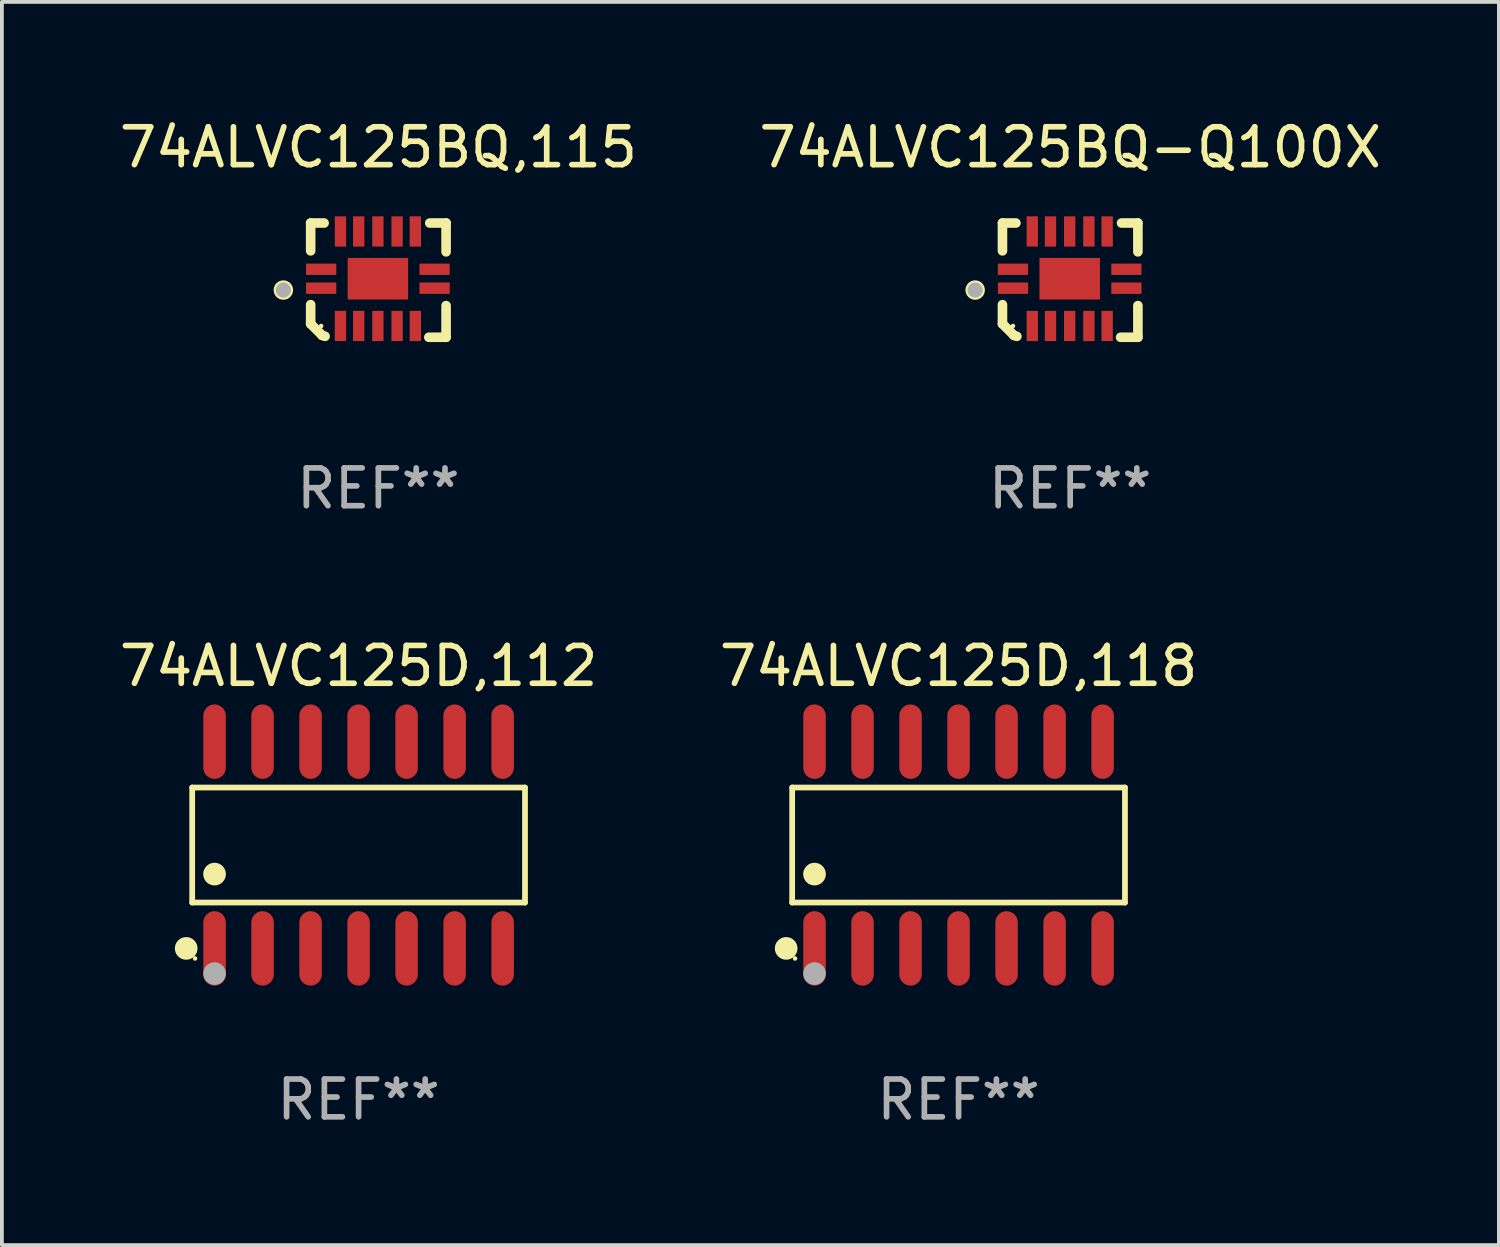
<source format=kicad_pcb>
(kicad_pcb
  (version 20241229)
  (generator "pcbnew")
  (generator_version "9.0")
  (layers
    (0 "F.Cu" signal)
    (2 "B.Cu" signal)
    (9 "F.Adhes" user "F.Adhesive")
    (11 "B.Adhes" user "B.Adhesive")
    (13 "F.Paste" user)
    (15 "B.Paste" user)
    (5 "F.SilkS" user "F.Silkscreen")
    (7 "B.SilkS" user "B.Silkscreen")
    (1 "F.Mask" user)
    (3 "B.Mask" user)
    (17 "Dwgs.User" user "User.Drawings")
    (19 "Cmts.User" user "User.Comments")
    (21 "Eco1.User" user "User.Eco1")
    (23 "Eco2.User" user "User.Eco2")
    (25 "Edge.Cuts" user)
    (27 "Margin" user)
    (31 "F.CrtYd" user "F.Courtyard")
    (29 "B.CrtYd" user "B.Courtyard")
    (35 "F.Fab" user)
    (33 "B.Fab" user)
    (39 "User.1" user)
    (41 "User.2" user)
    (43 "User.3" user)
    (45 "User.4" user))
  (footprint "74ALVC125BQ-Q100X"
    (layer "F.Cu")
    (at 25.256 4.36)
    (property "Reference" "74ALVC125BQ-Q100X" (at 0 -3.511 0) (layer "F.SilkS") (effects (font (size 1 1) (thickness 0.15))))
    (attr through_hole)
    (fp_line (start -1.791 -1.511) (end -1.435 -1.511) (stroke (width 0.254) (type solid)) (layer "F.SilkS"))
    (fp_line (start -1.791 -0.775) (end -1.791 -1.511) (stroke (width 0.254) (type solid)) (layer "F.SilkS"))
    (fp_line (start -1.791 1.156) (end -1.791 0.648) (stroke (width 0.254) (type solid)) (layer "F.SilkS"))
    (fp_line (start -1.486 1.461) (end -1.791 1.156) (stroke (width 0.254) (type solid)) (layer "F.SilkS"))
    (fp_line (start -1.41 1.486) (end -1.486 1.461) (stroke (width 0.254) (type solid)) (layer "F.SilkS"))
    (fp_line (start 1.334 1.511) (end 1.791 1.511) (stroke (width 0.254) (type solid)) (layer "F.SilkS"))
    (fp_line (start 1.791 -1.511) (end 1.359 -1.511) (stroke (width 0.254) (type solid)) (layer "F.SilkS"))
    (fp_line (start 1.791 -0.749) (end 1.791 -1.511) (stroke (width 0.254) (type solid)) (layer "F.SilkS"))
    (fp_line (start 1.791 1.511) (end 1.791 0.673) (stroke (width 0.254) (type solid)) (layer "F.SilkS"))
    (fp_circle (center -2.513 0.262) (end -2.383 0.262) (stroke (width 0.254) (type solid)) (fill no) (layer "F.SilkS"))
    (fp_circle (center -1.513 1.212) (end -1.483 1.212) (stroke (width 0.06) (type solid)) (fill no) (layer "F.SilkS"))
    (fp_circle (center -2.513 0.262) (end -2.413 0.262) (stroke (width 0.2) (type solid)) (fill no) (layer "F.Fab"))
    (fp_text user "REF**" (at 0 5.511 0) (layer "F.Fab") (effects (font (size 1 1) (thickness 0.15))))
    (pad "1" smd rect (at -1.513 0.212) (size 0.8 0.3) (layers "F.Cu" "F.Mask" "F.Paste"))
    (pad "2" smd rect (at -1.003 1.212) (size 0.3 0.8) (layers "F.Cu" "F.Mask" "F.Paste"))
    (pad "3" smd rect (at -0.521 1.212) (size 0.3 0.8) (layers "F.Cu" "F.Mask" "F.Paste"))
    (pad "4" smd rect (at -0.013 1.212) (size 0.3 0.8) (layers "F.Cu" "F.Mask" "F.Paste"))
    (pad "5" smd rect (at 0.495 1.212) (size 0.3 0.8) (layers "F.Cu" "F.Mask" "F.Paste"))
    (pad "6" smd rect (at 0.978 1.212) (size 0.3 0.8) (layers "F.Cu" "F.Mask" "F.Paste"))
    (pad "7" smd rect (at 1.487 0.212) (size 0.8 0.3) (layers "F.Cu" "F.Mask" "F.Paste"))
    (pad "8" smd rect (at 1.487 -0.288) (size 0.8 0.3) (layers "F.Cu" "F.Mask" "F.Paste"))
    (pad "9" smd rect (at 0.978 -1.288) (size 0.3 0.8) (layers "F.Cu" "F.Mask" "F.Paste"))
    (pad "10" smd rect (at 0.495 -1.288) (size 0.3 0.8) (layers "F.Cu" "F.Mask" "F.Paste"))
    (pad "11" smd rect (at -0.013 -1.288) (size 0.3 0.8) (layers "F.Cu" "F.Mask" "F.Paste"))
    (pad "12" smd rect (at -0.521 -1.288) (size 0.3 0.8) (layers "F.Cu" "F.Mask" "F.Paste"))
    (pad "13" smd rect (at -1.003 -1.288) (size 0.3 0.8) (layers "F.Cu" "F.Mask" "F.Paste"))
    (pad "14" smd rect (at -1.513 -0.288) (size 0.8 0.3) (layers "F.Cu" "F.Mask" "F.Paste"))
    (pad "15" smd rect (at -0.013 -0.038 90) (size 1.1 1.6) (layers "F.Cu" "F.Mask" "F.Paste")))
  (footprint "74ALVC125BQ,115"
    (layer "F.Cu")
    (at 6.958 4.36)
    (property "Reference" "74ALVC125BQ,115" (at 0 -3.511 0) (layer "F.SilkS") (effects (font (size 1 1) (thickness 0.15))))
    (attr through_hole)
    (fp_line (start -1.791 -1.511) (end -1.435 -1.511) (stroke (width 0.254) (type solid)) (layer "F.SilkS"))
    (fp_line (start -1.791 -0.775) (end -1.791 -1.511) (stroke (width 0.254) (type solid)) (layer "F.SilkS"))
    (fp_line (start -1.791 1.156) (end -1.791 0.648) (stroke (width 0.254) (type solid)) (layer "F.SilkS"))
    (fp_line (start -1.486 1.461) (end -1.791 1.156) (stroke (width 0.254) (type solid)) (layer "F.SilkS"))
    (fp_line (start -1.41 1.486) (end -1.486 1.461) (stroke (width 0.254) (type solid)) (layer "F.SilkS"))
    (fp_line (start 1.334 1.511) (end 1.791 1.511) (stroke (width 0.254) (type solid)) (layer "F.SilkS"))
    (fp_line (start 1.791 -1.511) (end 1.359 -1.511) (stroke (width 0.254) (type solid)) (layer "F.SilkS"))
    (fp_line (start 1.791 -0.749) (end 1.791 -1.511) (stroke (width 0.254) (type solid)) (layer "F.SilkS"))
    (fp_line (start 1.791 1.511) (end 1.791 0.673) (stroke (width 0.254) (type solid)) (layer "F.SilkS"))
    (fp_circle (center -2.513 0.262) (end -2.383 0.262) (stroke (width 0.254) (type solid)) (fill no) (layer "F.SilkS"))
    (fp_circle (center -1.513 1.212) (end -1.483 1.212) (stroke (width 0.06) (type solid)) (fill no) (layer "F.SilkS"))
    (fp_circle (center -2.513 0.262) (end -2.413 0.262) (stroke (width 0.2) (type solid)) (fill no) (layer "F.Fab"))
    (fp_text user "REF**" (at 0 5.511 0) (layer "F.Fab") (effects (font (size 1 1) (thickness 0.15))))
    (pad "1" smd rect (at -1.513 0.212) (size 0.8 0.3) (layers "F.Cu" "F.Mask" "F.Paste"))
    (pad "2" smd rect (at -1.003 1.212) (size 0.3 0.8) (layers "F.Cu" "F.Mask" "F.Paste"))
    (pad "3" smd rect (at -0.521 1.212) (size 0.3 0.8) (layers "F.Cu" "F.Mask" "F.Paste"))
    (pad "4" smd rect (at -0.013 1.212) (size 0.3 0.8) (layers "F.Cu" "F.Mask" "F.Paste"))
    (pad "5" smd rect (at 0.495 1.212) (size 0.3 0.8) (layers "F.Cu" "F.Mask" "F.Paste"))
    (pad "6" smd rect (at 0.978 1.212) (size 0.3 0.8) (layers "F.Cu" "F.Mask" "F.Paste"))
    (pad "7" smd rect (at 1.487 0.212) (size 0.8 0.3) (layers "F.Cu" "F.Mask" "F.Paste"))
    (pad "8" smd rect (at 1.487 -0.288) (size 0.8 0.3) (layers "F.Cu" "F.Mask" "F.Paste"))
    (pad "9" smd rect (at 0.978 -1.288) (size 0.3 0.8) (layers "F.Cu" "F.Mask" "F.Paste"))
    (pad "10" smd rect (at 0.495 -1.288) (size 0.3 0.8) (layers "F.Cu" "F.Mask" "F.Paste"))
    (pad "11" smd rect (at -0.013 -1.288) (size 0.3 0.8) (layers "F.Cu" "F.Mask" "F.Paste"))
    (pad "12" smd rect (at -0.521 -1.288) (size 0.3 0.8) (layers "F.Cu" "F.Mask" "F.Paste"))
    (pad "13" smd rect (at -1.003 -1.288) (size 0.3 0.8) (layers "F.Cu" "F.Mask" "F.Paste"))
    (pad "14" smd rect (at -1.513 -0.288) (size 0.8 0.3) (layers "F.Cu" "F.Mask" "F.Paste"))
    (pad "15" smd rect (at -0.013 -0.038 90) (size 1.1 1.6) (layers "F.Cu" "F.Mask" "F.Paste")))
  (footprint "74ALVC125D,118"
    (layer "F.Cu")
    (at 22.304 19.301)
    (property "Reference" "74ALVC125D,118" (at 0 -4.734 0) (layer "F.SilkS") (effects (font (size 1 1) (thickness 0.15))))
    (attr through_hole)
    (fp_line (start -4.401 -1.521) (end 4.401 -1.521) (stroke (width 0.152) (type solid)) (layer "F.SilkS"))
    (fp_line (start -4.401 1.521) (end -4.401 -1.521) (stroke (width 0.152) (type solid)) (layer "F.SilkS"))
    (fp_line (start 4.401 -1.521) (end 4.401 1.521) (stroke (width 0.152) (type solid)) (layer "F.SilkS"))
    (fp_line (start 4.401 1.521) (end -4.401 1.521) (stroke (width 0.152) (type solid)) (layer "F.SilkS"))
    (fp_circle (center -4.56 2.734) (end -4.41 2.734) (stroke (width 0.3) (type solid)) (fill no) (layer "F.SilkS"))
    (fp_circle (center -4.325 3) (end -4.295 3) (stroke (width 0.06) (type solid)) (fill no) (layer "F.SilkS"))
    (fp_circle (center -3.81 0.769) (end -3.66 0.769) (stroke (width 0.3) (type solid)) (fill no) (layer "F.SilkS"))
    (fp_circle (center -3.81 3.4) (end -3.66 3.4) (stroke (width 0.3) (type solid)) (fill no) (layer "F.Fab"))
    (fp_text user "REF**" (at 0 6.734 0) (layer "F.Fab") (effects (font (size 1 1) (thickness 0.15))))
    (pad "1" smd oval (at -3.81 2.734) (size 0.595 1.968) (layers "F.Cu" "F.Mask" "F.Paste"))
    (pad "2" smd oval (at -2.54 2.734) (size 0.595 1.968) (layers "F.Cu" "F.Mask" "F.Paste"))
    (pad "3" smd oval (at -1.27 2.734) (size 0.595 1.968) (layers "F.Cu" "F.Mask" "F.Paste"))
    (pad "4" smd oval (at 0 2.734) (size 0.595 1.968) (layers "F.Cu" "F.Mask" "F.Paste"))
    (pad "5" smd oval (at 1.27 2.734) (size 0.595 1.968) (layers "F.Cu" "F.Mask" "F.Paste"))
    (pad "6" smd oval (at 2.54 2.734) (size 0.595 1.968) (layers "F.Cu" "F.Mask" "F.Paste"))
    (pad "7" smd oval (at 3.81 2.734) (size 0.595 1.968) (layers "F.Cu" "F.Mask" "F.Paste"))
    (pad "8" smd oval (at 3.81 -2.734) (size 0.595 1.968) (layers "F.Cu" "F.Mask" "F.Paste"))
    (pad "9" smd oval (at 2.54 -2.734) (size 0.595 1.968) (layers "F.Cu" "F.Mask" "F.Paste"))
    (pad "10" smd oval (at 1.27 -2.734) (size 0.595 1.968) (layers "F.Cu" "F.Mask" "F.Paste"))
    (pad "11" smd oval (at 0 -2.734) (size 0.595 1.968) (layers "F.Cu" "F.Mask" "F.Paste"))
    (pad "12" smd oval (at -1.27 -2.734) (size 0.595 1.968) (layers "F.Cu" "F.Mask" "F.Paste"))
    (pad "13" smd oval (at -2.54 -2.734) (size 0.595 1.968) (layers "F.Cu" "F.Mask" "F.Paste"))
    (pad "14" smd oval (at -3.81 -2.734) (size 0.595 1.968) (layers "F.Cu" "F.Mask" "F.Paste")))
  (footprint "74ALVC125D,112"
    (layer "F.Cu")
    (at 6.435 19.301)
    (property "Reference" "74ALVC125D,112" (at 0 -4.734 0) (layer "F.SilkS") (effects (font (size 1 1) (thickness 0.15))))
    (attr through_hole)
    (fp_line (start -4.401 -1.521) (end 4.401 -1.521) (stroke (width 0.152) (type solid)) (layer "F.SilkS"))
    (fp_line (start -4.401 1.521) (end -4.401 -1.521) (stroke (width 0.152) (type solid)) (layer "F.SilkS"))
    (fp_line (start 4.401 -1.521) (end 4.401 1.521) (stroke (width 0.152) (type solid)) (layer "F.SilkS"))
    (fp_line (start 4.401 1.521) (end -4.401 1.521) (stroke (width 0.152) (type solid)) (layer "F.SilkS"))
    (fp_circle (center -4.56 2.734) (end -4.41 2.734) (stroke (width 0.3) (type solid)) (fill no) (layer "F.SilkS"))
    (fp_circle (center -4.325 3) (end -4.295 3) (stroke (width 0.06) (type solid)) (fill no) (layer "F.SilkS"))
    (fp_circle (center -3.81 0.769) (end -3.66 0.769) (stroke (width 0.3) (type solid)) (fill no) (layer "F.SilkS"))
    (fp_circle (center -3.81 3.4) (end -3.66 3.4) (stroke (width 0.3) (type solid)) (fill no) (layer "F.Fab"))
    (fp_text user "REF**" (at 0 6.734 0) (layer "F.Fab") (effects (font (size 1 1) (thickness 0.15))))
    (pad "1" smd oval (at -3.81 2.734) (size 0.595 1.968) (layers "F.Cu" "F.Mask" "F.Paste"))
    (pad "2" smd oval (at -2.54 2.734) (size 0.595 1.968) (layers "F.Cu" "F.Mask" "F.Paste"))
    (pad "3" smd oval (at -1.27 2.734) (size 0.595 1.968) (layers "F.Cu" "F.Mask" "F.Paste"))
    (pad "4" smd oval (at 0 2.734) (size 0.595 1.968) (layers "F.Cu" "F.Mask" "F.Paste"))
    (pad "5" smd oval (at 1.27 2.734) (size 0.595 1.968) (layers "F.Cu" "F.Mask" "F.Paste"))
    (pad "6" smd oval (at 2.54 2.734) (size 0.595 1.968) (layers "F.Cu" "F.Mask" "F.Paste"))
    (pad "7" smd oval (at 3.81 2.734) (size 0.595 1.968) (layers "F.Cu" "F.Mask" "F.Paste"))
    (pad "8" smd oval (at 3.81 -2.734) (size 0.595 1.968) (layers "F.Cu" "F.Mask" "F.Paste"))
    (pad "9" smd oval (at 2.54 -2.734) (size 0.595 1.968) (layers "F.Cu" "F.Mask" "F.Paste"))
    (pad "10" smd oval (at 1.27 -2.734) (size 0.595 1.968) (layers "F.Cu" "F.Mask" "F.Paste"))
    (pad "11" smd oval (at 0 -2.734) (size 0.595 1.968) (layers "F.Cu" "F.Mask" "F.Paste"))
    (pad "12" smd oval (at -1.27 -2.734) (size 0.595 1.968) (layers "F.Cu" "F.Mask" "F.Paste"))
    (pad "13" smd oval (at -2.54 -2.734) (size 0.595 1.968) (layers "F.Cu" "F.Mask" "F.Paste"))
    (pad "14" smd oval (at -3.81 -2.734) (size 0.595 1.968) (layers "F.Cu" "F.Mask" "F.Paste")))
  (gr_rect
    (start -3 -3)
    (end 36.595 29.883)
    (stroke (width 0.1) (type default))
    (fill no)
    (layer "Edge.Cuts")))
</source>
